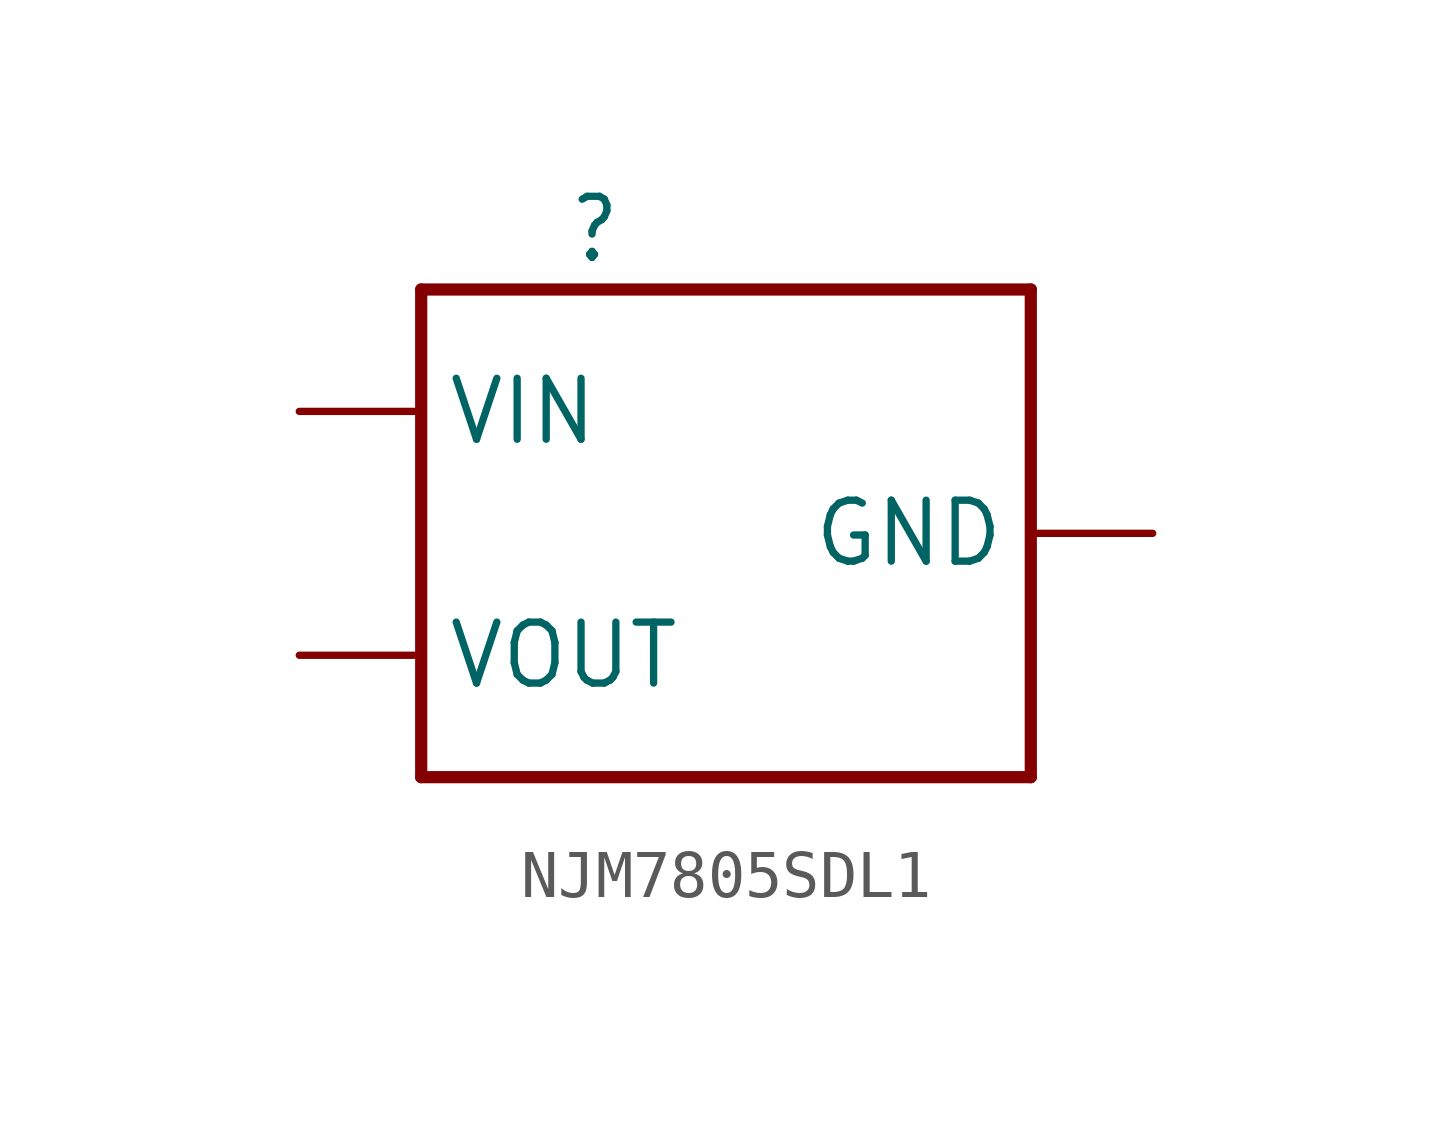
<source format=kicad_sym>
(kicad_symbol_lib
  (version 20211014)
  (generator kicad_symbol_editor)
  (symbol "NJM7805SDL1"
    (property "Reference" ""
      (at 3.048 0.508 0)
      (effects (font (size 1.27 1.079)) (justify left bottom)))
    (property "ki_locked" ""
      (at 0 0 0)
      (effects (font (size 1.27 1.27))))
    (symbol "NJM7805SDL1_1_0"
      (polyline (pts (xy 0 -10.16) (xy 12.7 -10.16)) (stroke (width 0.254) (type default) (color 0 0 0 0)) (fill (type none)))
      (polyline (pts (xy 0 0) (xy 0 -10.16)) (stroke (width 0.254) (type default) (color 0 0 0 0)) (fill (type none)))
      (polyline (pts (xy 12.7 -10.16) (xy 12.7 0)) (stroke (width 0.254) (type default) (color 0 0 0 0)) (fill (type none)))
      (polyline (pts (xy 12.7 0) (xy 0 0)) (stroke (width 0.254) (type default) (color 0 0 0 0)) (fill (type none)))
      (pin bidirectional line (at -2.54 -2.54 0) (length 2.54) (name "VIN" (effects (font (size 1.27 1.27)))) (number "1" (effects (font (size 0 0)))))
      (pin bidirectional line (at 15.24 -5.08 180) (length 2.54) (name "GND" (effects (font (size 1.27 1.27)))) (number "2" (effects (font (size 0 0)))))
      (pin bidirectional line (at -2.54 -7.62 0) (length 2.54) (name "VOUT" (effects (font (size 1.27 1.27)))) (number "3" (effects (font (size 0 0))))))))
</source>
